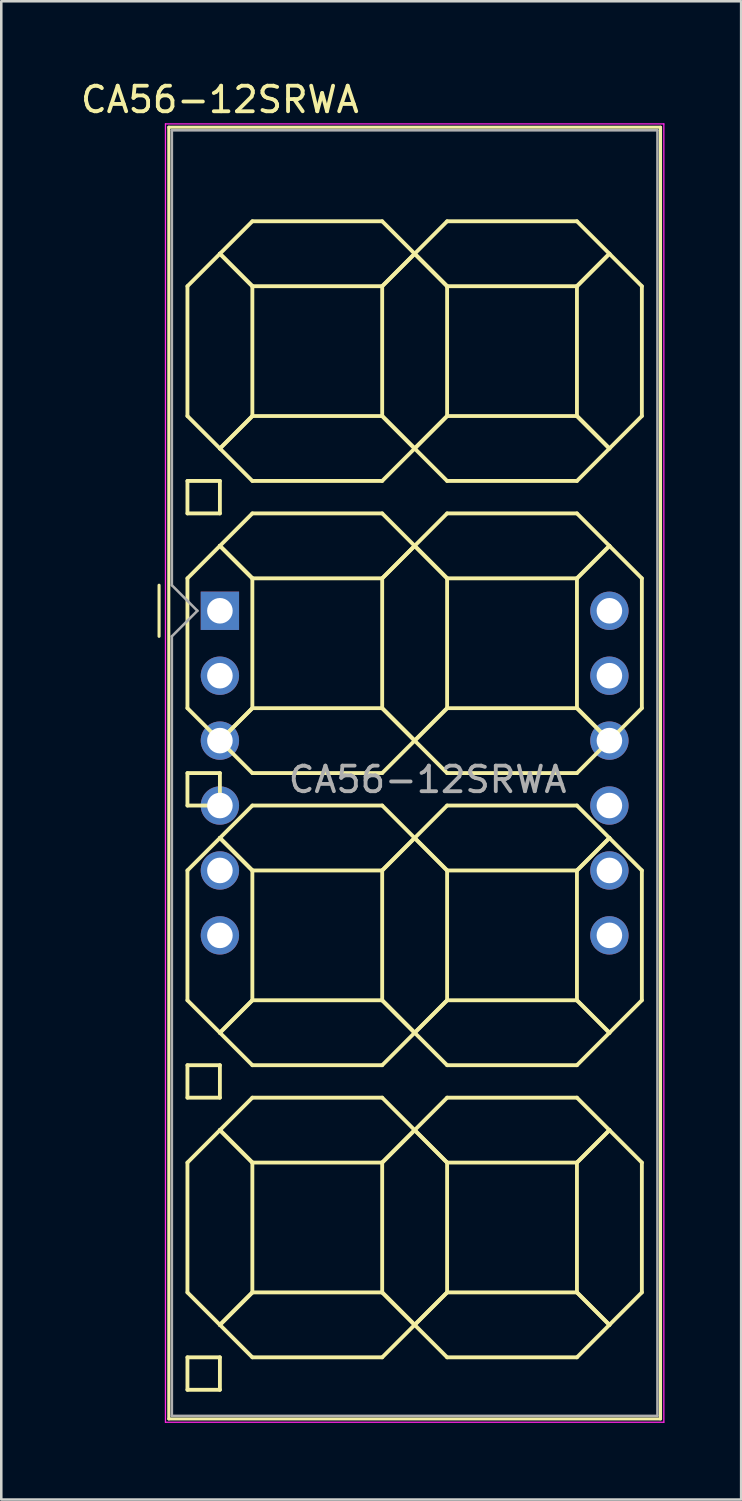
<source format=kicad_pcb>
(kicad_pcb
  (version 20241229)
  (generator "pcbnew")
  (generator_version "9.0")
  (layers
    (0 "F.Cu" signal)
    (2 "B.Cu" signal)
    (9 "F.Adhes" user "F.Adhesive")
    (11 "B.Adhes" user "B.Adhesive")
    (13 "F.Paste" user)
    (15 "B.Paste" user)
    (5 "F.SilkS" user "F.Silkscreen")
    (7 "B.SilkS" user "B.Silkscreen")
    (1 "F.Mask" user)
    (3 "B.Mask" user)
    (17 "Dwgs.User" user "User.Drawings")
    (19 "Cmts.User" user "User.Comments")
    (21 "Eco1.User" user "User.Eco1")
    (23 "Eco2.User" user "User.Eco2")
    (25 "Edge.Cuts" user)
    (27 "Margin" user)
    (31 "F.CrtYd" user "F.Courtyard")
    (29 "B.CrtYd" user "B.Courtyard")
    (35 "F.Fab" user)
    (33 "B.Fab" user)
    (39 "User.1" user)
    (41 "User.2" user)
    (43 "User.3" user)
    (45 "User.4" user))
  (footprint "CA56-12SRWA"
    (layer "F.Cu")
    (at 5.554 20.848)
    (property "Reference" "CA56-12SRWA" (at 0 -20 0) (layer "F.SilkS") (effects (font (size 1 1) (thickness 0.15))))
    (attr through_hole)
    (fp_line (start -2.38 -1) (end -2.38 1) (stroke (width 0.12) (type solid)) (layer "F.SilkS"))
    (fp_line (start -2 -18.92) (end -2 31.62) (stroke (width 0.12) (type solid)) (layer "F.SilkS"))
    (fp_line (start -2 -18.92) (end 17.24 -18.92) (stroke (width 0.12) (type solid)) (layer "F.SilkS"))
    (fp_line (start -2 31.62) (end 17.24 31.62) (stroke (width 0.12) (type solid)) (layer "F.SilkS"))
    (fp_line (start -1.27 -12.7) (end 0 -13.97) (stroke (width 0.15) (type solid)) (layer "F.SilkS"))
    (fp_line (start -1.27 -7.62) (end -1.27 -12.7) (stroke (width 0.15) (type solid)) (layer "F.SilkS"))
    (fp_line (start -1.27 -5.08) (end 0 -5.08) (stroke (width 0.15) (type solid)) (layer "F.SilkS"))
    (fp_line (start -1.27 -3.81) (end -1.27 -5.08) (stroke (width 0.15) (type solid)) (layer "F.SilkS"))
    (fp_line (start -1.27 -1.27) (end 0 -2.54) (stroke (width 0.15) (type solid)) (layer "F.SilkS"))
    (fp_line (start -1.27 3.81) (end -1.27 -1.27) (stroke (width 0.15) (type solid)) (layer "F.SilkS"))
    (fp_line (start -1.27 6.35) (end 0 6.35) (stroke (width 0.15) (type solid)) (layer "F.SilkS"))
    (fp_line (start -1.27 7.62) (end -1.27 6.35) (stroke (width 0.15) (type solid)) (layer "F.SilkS"))
    (fp_line (start -1.27 10.16) (end 0 8.89) (stroke (width 0.15) (type solid)) (layer "F.SilkS"))
    (fp_line (start -1.27 15.24) (end -1.27 10.16) (stroke (width 0.15) (type solid)) (layer "F.SilkS"))
    (fp_line (start -1.27 17.78) (end 0 17.78) (stroke (width 0.15) (type solid)) (layer "F.SilkS"))
    (fp_line (start -1.27 19.05) (end -1.27 17.78) (stroke (width 0.15) (type solid)) (layer "F.SilkS"))
    (fp_line (start -1.27 21.59) (end 0 20.32) (stroke (width 0.15) (type solid)) (layer "F.SilkS"))
    (fp_line (start -1.27 26.67) (end -1.27 21.59) (stroke (width 0.15) (type solid)) (layer "F.SilkS"))
    (fp_line (start -1.27 29.21) (end 0 29.21) (stroke (width 0.15) (type solid)) (layer "F.SilkS"))
    (fp_line (start -1.27 30.48) (end -1.27 29.21) (stroke (width 0.15) (type solid)) (layer "F.SilkS"))
    (fp_line (start 0 -13.97) (end 1.27 -15.24) (stroke (width 0.15) (type solid)) (layer "F.SilkS"))
    (fp_line (start 0 -13.97) (end 1.27 -12.7) (stroke (width 0.15) (type solid)) (layer "F.SilkS"))
    (fp_line (start 0 -6.35) (end -1.27 -7.62) (stroke (width 0.15) (type solid)) (layer "F.SilkS"))
    (fp_line (start 0 -6.35) (end 1.27 -7.62) (stroke (width 0.15) (type solid)) (layer "F.SilkS"))
    (fp_line (start 0 -5.08) (end 0 -3.81) (stroke (width 0.15) (type solid)) (layer "F.SilkS"))
    (fp_line (start 0 -3.81) (end -1.27 -3.81) (stroke (width 0.15) (type solid)) (layer "F.SilkS"))
    (fp_line (start 0 -2.54) (end 1.27 -3.81) (stroke (width 0.15) (type solid)) (layer "F.SilkS"))
    (fp_line (start 0 -2.54) (end 1.27 -1.27) (stroke (width 0.15) (type solid)) (layer "F.SilkS"))
    (fp_line (start 0 5.08) (end -1.27 3.81) (stroke (width 0.15) (type solid)) (layer "F.SilkS"))
    (fp_line (start 0 5.08) (end 1.27 3.81) (stroke (width 0.15) (type solid)) (layer "F.SilkS"))
    (fp_line (start 0 6.35) (end 0 7.62) (stroke (width 0.15) (type solid)) (layer "F.SilkS"))
    (fp_line (start 0 7.62) (end -1.27 7.62) (stroke (width 0.15) (type solid)) (layer "F.SilkS"))
    (fp_line (start 0 8.89) (end 1.27 7.62) (stroke (width 0.15) (type solid)) (layer "F.SilkS"))
    (fp_line (start 0 8.89) (end 1.27 10.16) (stroke (width 0.15) (type solid)) (layer "F.SilkS"))
    (fp_line (start 0 16.51) (end -1.27 15.24) (stroke (width 0.15) (type solid)) (layer "F.SilkS"))
    (fp_line (start 0 16.51) (end 1.27 15.24) (stroke (width 0.15) (type solid)) (layer "F.SilkS"))
    (fp_line (start 0 17.78) (end 0 19.05) (stroke (width 0.15) (type solid)) (layer "F.SilkS"))
    (fp_line (start 0 19.05) (end -1.27 19.05) (stroke (width 0.15) (type solid)) (layer "F.SilkS"))
    (fp_line (start 0 20.32) (end 1.27 19.05) (stroke (width 0.15) (type solid)) (layer "F.SilkS"))
    (fp_line (start 0 20.32) (end 1.27 21.59) (stroke (width 0.15) (type solid)) (layer "F.SilkS"))
    (fp_line (start 0 27.94) (end -1.27 26.67) (stroke (width 0.15) (type solid)) (layer "F.SilkS"))
    (fp_line (start 0 27.94) (end 1.27 26.67) (stroke (width 0.15) (type solid)) (layer "F.SilkS"))
    (fp_line (start 0 29.21) (end 0 30.48) (stroke (width 0.15) (type solid)) (layer "F.SilkS"))
    (fp_line (start 0 30.48) (end -1.27 30.48) (stroke (width 0.15) (type solid)) (layer "F.SilkS"))
    (fp_line (start 1.27 -15.24) (end 6.35 -15.24) (stroke (width 0.15) (type solid)) (layer "F.SilkS"))
    (fp_line (start 1.27 -12.7) (end 0 -13.97) (stroke (width 0.15) (type solid)) (layer "F.SilkS"))
    (fp_line (start 1.27 -12.7) (end 1.27 -7.62) (stroke (width 0.15) (type solid)) (layer "F.SilkS"))
    (fp_line (start 1.27 -7.62) (end 0 -6.35) (stroke (width 0.15) (type solid)) (layer "F.SilkS"))
    (fp_line (start 1.27 -7.62) (end 6.35 -7.62) (stroke (width 0.15) (type solid)) (layer "F.SilkS"))
    (fp_line (start 1.27 -5.08) (end 0 -6.35) (stroke (width 0.15) (type solid)) (layer "F.SilkS"))
    (fp_line (start 1.27 -3.81) (end 6.35 -3.81) (stroke (width 0.15) (type solid)) (layer "F.SilkS"))
    (fp_line (start 1.27 -1.27) (end 0 -2.54) (stroke (width 0.15) (type solid)) (layer "F.SilkS"))
    (fp_line (start 1.27 -1.27) (end 1.27 3.81) (stroke (width 0.15) (type solid)) (layer "F.SilkS"))
    (fp_line (start 1.27 3.81) (end 0 5.08) (stroke (width 0.15) (type solid)) (layer "F.SilkS"))
    (fp_line (start 1.27 3.81) (end 6.35 3.81) (stroke (width 0.15) (type solid)) (layer "F.SilkS"))
    (fp_line (start 1.27 6.35) (end 0 5.08) (stroke (width 0.15) (type solid)) (layer "F.SilkS"))
    (fp_line (start 1.27 7.62) (end 6.35 7.62) (stroke (width 0.15) (type solid)) (layer "F.SilkS"))
    (fp_line (start 1.27 10.16) (end 0 8.89) (stroke (width 0.15) (type solid)) (layer "F.SilkS"))
    (fp_line (start 1.27 10.16) (end 1.27 15.24) (stroke (width 0.15) (type solid)) (layer "F.SilkS"))
    (fp_line (start 1.27 15.24) (end 0 16.51) (stroke (width 0.15) (type solid)) (layer "F.SilkS"))
    (fp_line (start 1.27 15.24) (end 6.35 15.24) (stroke (width 0.15) (type solid)) (layer "F.SilkS"))
    (fp_line (start 1.27 17.78) (end 0 16.51) (stroke (width 0.15) (type solid)) (layer "F.SilkS"))
    (fp_line (start 1.27 19.05) (end 6.35 19.05) (stroke (width 0.15) (type solid)) (layer "F.SilkS"))
    (fp_line (start 1.27 21.59) (end 0 20.32) (stroke (width 0.15) (type solid)) (layer "F.SilkS"))
    (fp_line (start 1.27 21.59) (end 1.27 26.67) (stroke (width 0.15) (type solid)) (layer "F.SilkS"))
    (fp_line (start 1.27 26.67) (end 0 27.94) (stroke (width 0.15) (type solid)) (layer "F.SilkS"))
    (fp_line (start 1.27 26.67) (end 6.35 26.67) (stroke (width 0.15) (type solid)) (layer "F.SilkS"))
    (fp_line (start 1.27 29.21) (end 0 27.94) (stroke (width 0.15) (type solid)) (layer "F.SilkS"))
    (fp_line (start 6.35 -15.24) (end 7.62 -13.97) (stroke (width 0.15) (type solid)) (layer "F.SilkS"))
    (fp_line (start 6.35 -12.7) (end 1.27 -12.7) (stroke (width 0.15) (type solid)) (layer "F.SilkS"))
    (fp_line (start 6.35 -12.7) (end 7.62 -13.97) (stroke (width 0.15) (type solid)) (layer "F.SilkS"))
    (fp_line (start 6.35 -7.62) (end 6.35 -12.7) (stroke (width 0.15) (type solid)) (layer "F.SilkS"))
    (fp_line (start 6.35 -7.62) (end 7.62 -6.35) (stroke (width 0.15) (type solid)) (layer "F.SilkS"))
    (fp_line (start 6.35 -5.08) (end 1.27 -5.08) (stroke (width 0.15) (type solid)) (layer "F.SilkS"))
    (fp_line (start 6.35 -3.81) (end 7.62 -2.54) (stroke (width 0.15) (type solid)) (layer "F.SilkS"))
    (fp_line (start 6.35 -1.27) (end 1.27 -1.27) (stroke (width 0.15) (type solid)) (layer "F.SilkS"))
    (fp_line (start 6.35 -1.27) (end 7.62 -2.54) (stroke (width 0.15) (type solid)) (layer "F.SilkS"))
    (fp_line (start 6.35 3.81) (end 6.35 -1.27) (stroke (width 0.15) (type solid)) (layer "F.SilkS"))
    (fp_line (start 6.35 3.81) (end 7.62 5.08) (stroke (width 0.15) (type solid)) (layer "F.SilkS"))
    (fp_line (start 6.35 6.35) (end 1.27 6.35) (stroke (width 0.15) (type solid)) (layer "F.SilkS"))
    (fp_line (start 6.35 7.62) (end 7.62 8.89) (stroke (width 0.15) (type solid)) (layer "F.SilkS"))
    (fp_line (start 6.35 10.16) (end 1.27 10.16) (stroke (width 0.15) (type solid)) (layer "F.SilkS"))
    (fp_line (start 6.35 10.16) (end 7.62 8.89) (stroke (width 0.15) (type solid)) (layer "F.SilkS"))
    (fp_line (start 6.35 15.24) (end 6.35 10.16) (stroke (width 0.15) (type solid)) (layer "F.SilkS"))
    (fp_line (start 6.35 15.24) (end 7.62 16.51) (stroke (width 0.15) (type solid)) (layer "F.SilkS"))
    (fp_line (start 6.35 17.78) (end 1.27 17.78) (stroke (width 0.15) (type solid)) (layer "F.SilkS"))
    (fp_line (start 6.35 19.05) (end 7.62 20.32) (stroke (width 0.15) (type solid)) (layer "F.SilkS"))
    (fp_line (start 6.35 21.59) (end 1.27 21.59) (stroke (width 0.15) (type solid)) (layer "F.SilkS"))
    (fp_line (start 6.35 21.59) (end 7.62 20.32) (stroke (width 0.15) (type solid)) (layer "F.SilkS"))
    (fp_line (start 6.35 26.67) (end 6.35 21.59) (stroke (width 0.15) (type solid)) (layer "F.SilkS"))
    (fp_line (start 6.35 26.67) (end 7.62 27.94) (stroke (width 0.15) (type solid)) (layer "F.SilkS"))
    (fp_line (start 6.35 29.21) (end 1.27 29.21) (stroke (width 0.15) (type solid)) (layer "F.SilkS"))
    (fp_line (start 7.62 -13.97) (end 6.35 -12.7) (stroke (width 0.15) (type solid)) (layer "F.SilkS"))
    (fp_line (start 7.62 -13.97) (end 8.89 -15.24) (stroke (width 0.15) (type solid)) (layer "F.SilkS"))
    (fp_line (start 7.62 -13.97) (end 8.89 -12.7) (stroke (width 0.15) (type solid)) (layer "F.SilkS"))
    (fp_line (start 7.62 -6.35) (end 6.35 -7.62) (stroke (width 0.15) (type solid)) (layer "F.SilkS"))
    (fp_line (start 7.62 -6.35) (end 6.35 -5.08) (stroke (width 0.15) (type solid)) (layer "F.SilkS"))
    (fp_line (start 7.62 -6.35) (end 8.89 -7.62) (stroke (width 0.15) (type solid)) (layer "F.SilkS"))
    (fp_line (start 7.62 -2.54) (end 6.35 -1.27) (stroke (width 0.15) (type solid)) (layer "F.SilkS"))
    (fp_line (start 7.62 -2.54) (end 8.89 -3.81) (stroke (width 0.15) (type solid)) (layer "F.SilkS"))
    (fp_line (start 7.62 -2.54) (end 8.89 -1.27) (stroke (width 0.15) (type solid)) (layer "F.SilkS"))
    (fp_line (start 7.62 5.08) (end 6.35 3.81) (stroke (width 0.15) (type solid)) (layer "F.SilkS"))
    (fp_line (start 7.62 5.08) (end 6.35 6.35) (stroke (width 0.15) (type solid)) (layer "F.SilkS"))
    (fp_line (start 7.62 5.08) (end 8.89 3.81) (stroke (width 0.15) (type solid)) (layer "F.SilkS"))
    (fp_line (start 7.62 8.89) (end 6.35 10.16) (stroke (width 0.15) (type solid)) (layer "F.SilkS"))
    (fp_line (start 7.62 8.89) (end 8.89 7.62) (stroke (width 0.15) (type solid)) (layer "F.SilkS"))
    (fp_line (start 7.62 8.89) (end 8.89 10.16) (stroke (width 0.15) (type solid)) (layer "F.SilkS"))
    (fp_line (start 7.62 16.51) (end 6.35 15.24) (stroke (width 0.15) (type solid)) (layer "F.SilkS"))
    (fp_line (start 7.62 16.51) (end 6.35 17.78) (stroke (width 0.15) (type solid)) (layer "F.SilkS"))
    (fp_line (start 7.62 16.51) (end 8.89 15.24) (stroke (width 0.15) (type solid)) (layer "F.SilkS"))
    (fp_line (start 7.62 20.32) (end 6.35 21.59) (stroke (width 0.15) (type solid)) (layer "F.SilkS"))
    (fp_line (start 7.62 20.32) (end 8.89 19.05) (stroke (width 0.15) (type solid)) (layer "F.SilkS"))
    (fp_line (start 7.62 20.32) (end 8.89 21.59) (stroke (width 0.15) (type solid)) (layer "F.SilkS"))
    (fp_line (start 7.62 27.94) (end 6.35 26.67) (stroke (width 0.15) (type solid)) (layer "F.SilkS"))
    (fp_line (start 7.62 27.94) (end 6.35 29.21) (stroke (width 0.15) (type solid)) (layer "F.SilkS"))
    (fp_line (start 7.62 27.94) (end 8.89 26.67) (stroke (width 0.15) (type solid)) (layer "F.SilkS"))
    (fp_line (start 8.89 -15.24) (end 13.97 -15.24) (stroke (width 0.15) (type solid)) (layer "F.SilkS"))
    (fp_line (start 8.89 -12.7) (end 7.62 -13.97) (stroke (width 0.15) (type solid)) (layer "F.SilkS"))
    (fp_line (start 8.89 -12.7) (end 8.89 -7.62) (stroke (width 0.15) (type solid)) (layer "F.SilkS"))
    (fp_line (start 8.89 -7.62) (end 7.62 -6.35) (stroke (width 0.15) (type solid)) (layer "F.SilkS"))
    (fp_line (start 8.89 -7.62) (end 13.97 -7.62) (stroke (width 0.15) (type solid)) (layer "F.SilkS"))
    (fp_line (start 8.89 -5.08) (end 7.62 -6.35) (stroke (width 0.15) (type solid)) (layer "F.SilkS"))
    (fp_line (start 8.89 -3.81) (end 13.97 -3.81) (stroke (width 0.15) (type solid)) (layer "F.SilkS"))
    (fp_line (start 8.89 -1.27) (end 7.62 -2.54) (stroke (width 0.15) (type solid)) (layer "F.SilkS"))
    (fp_line (start 8.89 -1.27) (end 8.89 3.81) (stroke (width 0.15) (type solid)) (layer "F.SilkS"))
    (fp_line (start 8.89 3.81) (end 7.62 5.08) (stroke (width 0.15) (type solid)) (layer "F.SilkS"))
    (fp_line (start 8.89 3.81) (end 13.97 3.81) (stroke (width 0.15) (type solid)) (layer "F.SilkS"))
    (fp_line (start 8.89 6.35) (end 7.62 5.08) (stroke (width 0.15) (type solid)) (layer "F.SilkS"))
    (fp_line (start 8.89 7.62) (end 13.97 7.62) (stroke (width 0.15) (type solid)) (layer "F.SilkS"))
    (fp_line (start 8.89 10.16) (end 7.62 8.89) (stroke (width 0.15) (type solid)) (layer "F.SilkS"))
    (fp_line (start 8.89 10.16) (end 8.89 15.24) (stroke (width 0.15) (type solid)) (layer "F.SilkS"))
    (fp_line (start 8.89 15.24) (end 7.62 16.51) (stroke (width 0.15) (type solid)) (layer "F.SilkS"))
    (fp_line (start 8.89 15.24) (end 13.97 15.24) (stroke (width 0.15) (type solid)) (layer "F.SilkS"))
    (fp_line (start 8.89 17.78) (end 7.62 16.51) (stroke (width 0.15) (type solid)) (layer "F.SilkS"))
    (fp_line (start 8.89 19.05) (end 13.97 19.05) (stroke (width 0.15) (type solid)) (layer "F.SilkS"))
    (fp_line (start 8.89 21.59) (end 7.62 20.32) (stroke (width 0.15) (type solid)) (layer "F.SilkS"))
    (fp_line (start 8.89 21.59) (end 8.89 26.67) (stroke (width 0.15) (type solid)) (layer "F.SilkS"))
    (fp_line (start 8.89 26.67) (end 7.62 27.94) (stroke (width 0.15) (type solid)) (layer "F.SilkS"))
    (fp_line (start 8.89 26.67) (end 13.97 26.67) (stroke (width 0.15) (type solid)) (layer "F.SilkS"))
    (fp_line (start 8.89 29.21) (end 7.62 27.94) (stroke (width 0.15) (type solid)) (layer "F.SilkS"))
    (fp_line (start 13.97 -15.24) (end 15.24 -13.97) (stroke (width 0.15) (type solid)) (layer "F.SilkS"))
    (fp_line (start 13.97 -12.7) (end 8.89 -12.7) (stroke (width 0.15) (type solid)) (layer "F.SilkS"))
    (fp_line (start 13.97 -12.7) (end 15.24 -13.97) (stroke (width 0.15) (type solid)) (layer "F.SilkS"))
    (fp_line (start 13.97 -7.62) (end 13.97 -12.7) (stroke (width 0.15) (type solid)) (layer "F.SilkS"))
    (fp_line (start 13.97 -7.62) (end 15.24 -6.35) (stroke (width 0.15) (type solid)) (layer "F.SilkS"))
    (fp_line (start 13.97 -5.08) (end 8.89 -5.08) (stroke (width 0.15) (type solid)) (layer "F.SilkS"))
    (fp_line (start 13.97 -3.81) (end 15.24 -2.54) (stroke (width 0.15) (type solid)) (layer "F.SilkS"))
    (fp_line (start 13.97 -1.27) (end 8.89 -1.27) (stroke (width 0.15) (type solid)) (layer "F.SilkS"))
    (fp_line (start 13.97 -1.27) (end 15.24 -2.54) (stroke (width 0.15) (type solid)) (layer "F.SilkS"))
    (fp_line (start 13.97 3.81) (end 13.97 -1.27) (stroke (width 0.15) (type solid)) (layer "F.SilkS"))
    (fp_line (start 13.97 3.81) (end 15.24 5.08) (stroke (width 0.15) (type solid)) (layer "F.SilkS"))
    (fp_line (start 13.97 6.35) (end 8.89 6.35) (stroke (width 0.15) (type solid)) (layer "F.SilkS"))
    (fp_line (start 13.97 7.62) (end 15.24 8.89) (stroke (width 0.15) (type solid)) (layer "F.SilkS"))
    (fp_line (start 13.97 10.16) (end 8.89 10.16) (stroke (width 0.15) (type solid)) (layer "F.SilkS"))
    (fp_line (start 13.97 10.16) (end 15.24 8.89) (stroke (width 0.15) (type solid)) (layer "F.SilkS"))
    (fp_line (start 13.97 15.24) (end 13.97 10.16) (stroke (width 0.15) (type solid)) (layer "F.SilkS"))
    (fp_line (start 13.97 15.24) (end 15.24 16.51) (stroke (width 0.15) (type solid)) (layer "F.SilkS"))
    (fp_line (start 13.97 17.78) (end 8.89 17.78) (stroke (width 0.15) (type solid)) (layer "F.SilkS"))
    (fp_line (start 13.97 19.05) (end 15.24 20.32) (stroke (width 0.15) (type solid)) (layer "F.SilkS"))
    (fp_line (start 13.97 21.59) (end 8.89 21.59) (stroke (width 0.15) (type solid)) (layer "F.SilkS"))
    (fp_line (start 13.97 21.59) (end 15.24 20.32) (stroke (width 0.15) (type solid)) (layer "F.SilkS"))
    (fp_line (start 13.97 26.67) (end 13.97 21.59) (stroke (width 0.15) (type solid)) (layer "F.SilkS"))
    (fp_line (start 13.97 26.67) (end 15.24 27.94) (stroke (width 0.15) (type solid)) (layer "F.SilkS"))
    (fp_line (start 13.97 29.21) (end 8.89 29.21) (stroke (width 0.15) (type solid)) (layer "F.SilkS"))
    (fp_line (start 15.24 -13.97) (end 13.97 -12.7) (stroke (width 0.15) (type solid)) (layer "F.SilkS"))
    (fp_line (start 15.24 -13.97) (end 16.51 -12.7) (stroke (width 0.15) (type solid)) (layer "F.SilkS"))
    (fp_line (start 15.24 -6.35) (end 13.97 -7.62) (stroke (width 0.15) (type solid)) (layer "F.SilkS"))
    (fp_line (start 15.24 -6.35) (end 13.97 -5.08) (stroke (width 0.15) (type solid)) (layer "F.SilkS"))
    (fp_line (start 15.24 -2.54) (end 13.97 -1.27) (stroke (width 0.15) (type solid)) (layer "F.SilkS"))
    (fp_line (start 15.24 -2.54) (end 16.51 -1.27) (stroke (width 0.15) (type solid)) (layer "F.SilkS"))
    (fp_line (start 15.24 5.08) (end 13.97 3.81) (stroke (width 0.15) (type solid)) (layer "F.SilkS"))
    (fp_line (start 15.24 5.08) (end 13.97 6.35) (stroke (width 0.15) (type solid)) (layer "F.SilkS"))
    (fp_line (start 15.24 8.89) (end 13.97 10.16) (stroke (width 0.15) (type solid)) (layer "F.SilkS"))
    (fp_line (start 15.24 8.89) (end 16.51 10.16) (stroke (width 0.15) (type solid)) (layer "F.SilkS"))
    (fp_line (start 15.24 16.51) (end 13.97 15.24) (stroke (width 0.15) (type solid)) (layer "F.SilkS"))
    (fp_line (start 15.24 16.51) (end 13.97 17.78) (stroke (width 0.15) (type solid)) (layer "F.SilkS"))
    (fp_line (start 15.24 20.32) (end 13.97 21.59) (stroke (width 0.15) (type solid)) (layer "F.SilkS"))
    (fp_line (start 15.24 20.32) (end 16.51 21.59) (stroke (width 0.15) (type solid)) (layer "F.SilkS"))
    (fp_line (start 15.24 27.94) (end 13.97 26.67) (stroke (width 0.15) (type solid)) (layer "F.SilkS"))
    (fp_line (start 15.24 27.94) (end 13.97 29.21) (stroke (width 0.15) (type solid)) (layer "F.SilkS"))
    (fp_line (start 16.51 -12.7) (end 16.51 -7.62) (stroke (width 0.15) (type solid)) (layer "F.SilkS"))
    (fp_line (start 16.51 -7.62) (end 15.24 -6.35) (stroke (width 0.15) (type solid)) (layer "F.SilkS"))
    (fp_line (start 16.51 -1.27) (end 16.51 3.81) (stroke (width 0.15) (type solid)) (layer "F.SilkS"))
    (fp_line (start 16.51 3.81) (end 15.24 5.08) (stroke (width 0.15) (type solid)) (layer "F.SilkS"))
    (fp_line (start 16.51 10.16) (end 16.51 15.24) (stroke (width 0.15) (type solid)) (layer "F.SilkS"))
    (fp_line (start 16.51 15.24) (end 15.24 16.51) (stroke (width 0.15) (type solid)) (layer "F.SilkS"))
    (fp_line (start 16.51 21.59) (end 16.51 26.67) (stroke (width 0.15) (type solid)) (layer "F.SilkS"))
    (fp_line (start 16.51 26.67) (end 15.24 27.94) (stroke (width 0.15) (type solid)) (layer "F.SilkS"))
    (fp_line (start 17.24 31.62) (end 17.24 -18.92) (stroke (width 0.12) (type solid)) (layer "F.SilkS"))
    (fp_line (start -2.13 -19.05) (end 17.37 -19.05) (stroke (width 0.05) (type solid)) (layer "F.CrtYd"))
    (fp_line (start -2.13 31.75) (end -2.13 -19.05) (stroke (width 0.05) (type solid)) (layer "F.CrtYd"))
    (fp_line (start 17.37 -19.05) (end 17.37 31.75) (stroke (width 0.05) (type solid)) (layer "F.CrtYd"))
    (fp_line (start 17.37 31.75) (end -2.13 31.75) (stroke (width 0.05) (type solid)) (layer "F.CrtYd"))
    (fp_line (start -1.88 -18.8) (end 17.12 -18.8) (stroke (width 0.1) (type solid)) (layer "F.Fab"))
    (fp_line (start -1.88 -1) (end -1.88 -18.8) (stroke (width 0.1) (type solid)) (layer "F.Fab"))
    (fp_line (start -1.88 1) (end -1.88 31.5) (stroke (width 0.1) (type solid)) (layer "F.Fab"))
    (fp_line (start -1.88 1) (end -0.88 0) (stroke (width 0.1) (type solid)) (layer "F.Fab"))
    (fp_line (start -1.88 31.5) (end 17.12 31.5) (stroke (width 0.1) (type solid)) (layer "F.Fab"))
    (fp_line (start -0.88 0) (end -1.88 -1) (stroke (width 0.1) (type solid)) (layer "F.Fab"))
    (fp_line (start 17.12 -18.8) (end 17.12 31.5) (stroke (width 0.1) (type solid)) (layer "F.Fab"))
    (fp_text user "${REFERENCE}" (at 8.128 6.604 0) (layer "F.Fab") (effects (font (size 1 1) (thickness 0.15))))
    (pad "1" thru_hole rect (at 0 0) (size 1.5 1.5) (drill 1) (layers "*.Cu" "*.Mask"))
    (pad "2" thru_hole circle (at 0 2.54) (size 1.5 1.5) (drill 1) (layers "*.Cu" "*.Mask"))
    (pad "3" thru_hole circle (at 0 5.08) (size 1.5 1.5) (drill 1) (layers "*.Cu" "*.Mask"))
    (pad "4" thru_hole circle (at 0 7.62) (size 1.5 1.5) (drill 1) (layers "*.Cu" "*.Mask"))
    (pad "5" thru_hole circle (at 0 10.16) (size 1.5 1.5) (drill 1) (layers "*.Cu" "*.Mask"))
    (pad "6" thru_hole circle (at 0 12.7) (size 1.5 1.5) (drill 1) (layers "*.Cu" "*.Mask"))
    (pad "7" thru_hole circle (at 15.24 12.7) (size 1.5 1.5) (drill 1) (layers "*.Cu" "*.Mask"))
    (pad "8" thru_hole circle (at 15.24 10.16) (size 1.5 1.5) (drill 1) (layers "*.Cu" "*.Mask"))
    (pad "9" thru_hole circle (at 15.24 7.62) (size 1.5 1.5) (drill 1) (layers "*.Cu" "*.Mask"))
    (pad "10" thru_hole circle (at 15.24 5.08) (size 1.5 1.5) (drill 1) (layers "*.Cu" "*.Mask"))
    (pad "11" thru_hole circle (at 15.24 2.54) (size 1.5 1.5) (drill 1) (layers "*.Cu" "*.Mask"))
    (pad "12" thru_hole circle (at 15.24 0) (size 1.5 1.5) (drill 1) (layers "*.Cu" "*.Mask")))
  (gr_rect
    (start -3 -3)
    (end 25.949 55.623)
    (stroke (width 0.1) (type default))
    (fill no)
    (layer "Edge.Cuts")))
</source>
